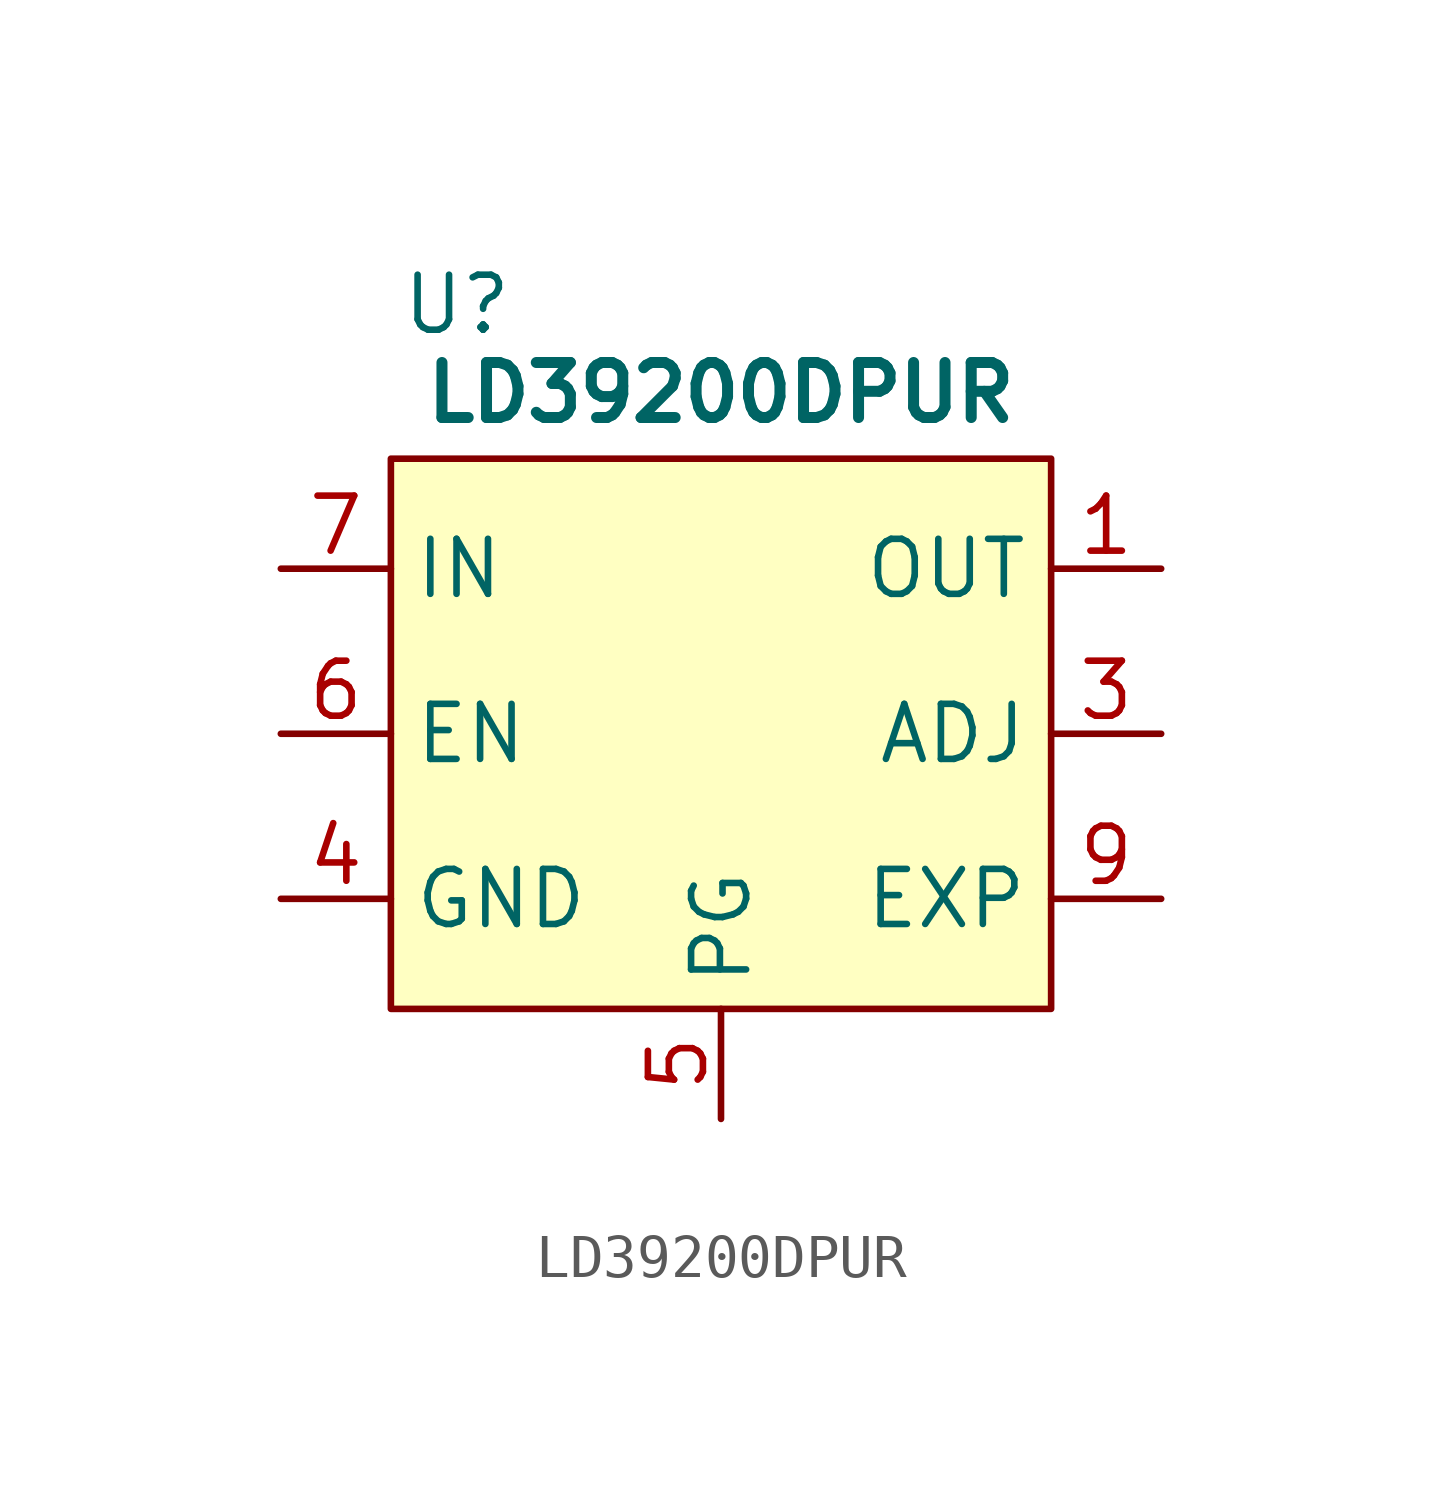
<source format=kicad_sym>
(kicad_symbol_lib
  (version 20241209)
  (generator "kicad_symbol_editor")
  (generator_version "9.0")
  (symbol "LD39200DPUR"
    (property "Reference" "U"
      (at -6.096 9.906 0)
      (effects (font (size 1.27 1.27))))
    (property "Value" "LD39200DPUR"
      (at 0 7.874 0)
      (effects (font (size 1.27 1.27) (thickness 0.254) (bold yes))))
    (symbol "LD39200DPUR_1_1"
      (rectangle (start -7.62 6.35) (end 7.62 -6.35) (stroke (width 0) (type solid)) (fill (type background)))
      (pin input line (at -10.16 3.81 0) (length 2.54) (name "IN" (effects (font (size 1.27 1.27)))) (number "7" (effects (font (size 1.27 1.27)))))
      (pin input line (at -10.16 0 0) (length 2.54) (name "EN" (effects (font (size 1.27 1.27)))) (number "6" (effects (font (size 1.27 1.27)))))
      (pin input line (at -10.16 -3.81 0) (length 2.54) (name "GND" (effects (font (size 1.27 1.27)))) (number "4" (effects (font (size 1.27 1.27)))))
      (pin input line (at 0 -8.89 90) (length 2.54) (name "PG" (effects (font (size 1.27 1.27)))) (number "5" (effects (font (size 1.27 1.27)))))
      (pin output line (at 10.16 3.81 180) (length 2.54) (name "OUT" (effects (font (size 1.27 1.27)))) (number "1" (effects (font (size 1.27 1.27)))))
      (pin input line (at 10.16 0 180) (length 2.54) (name "ADJ" (effects (font (size 1.27 1.27)))) (number "3" (effects (font (size 1.27 1.27)))))
      (pin input line (at 10.16 -3.81 180) (length 2.54) (name "EXP" (effects (font (size 1.27 1.27)))) (number "9" (effects (font (size 1.27 1.27))))))))
</source>
